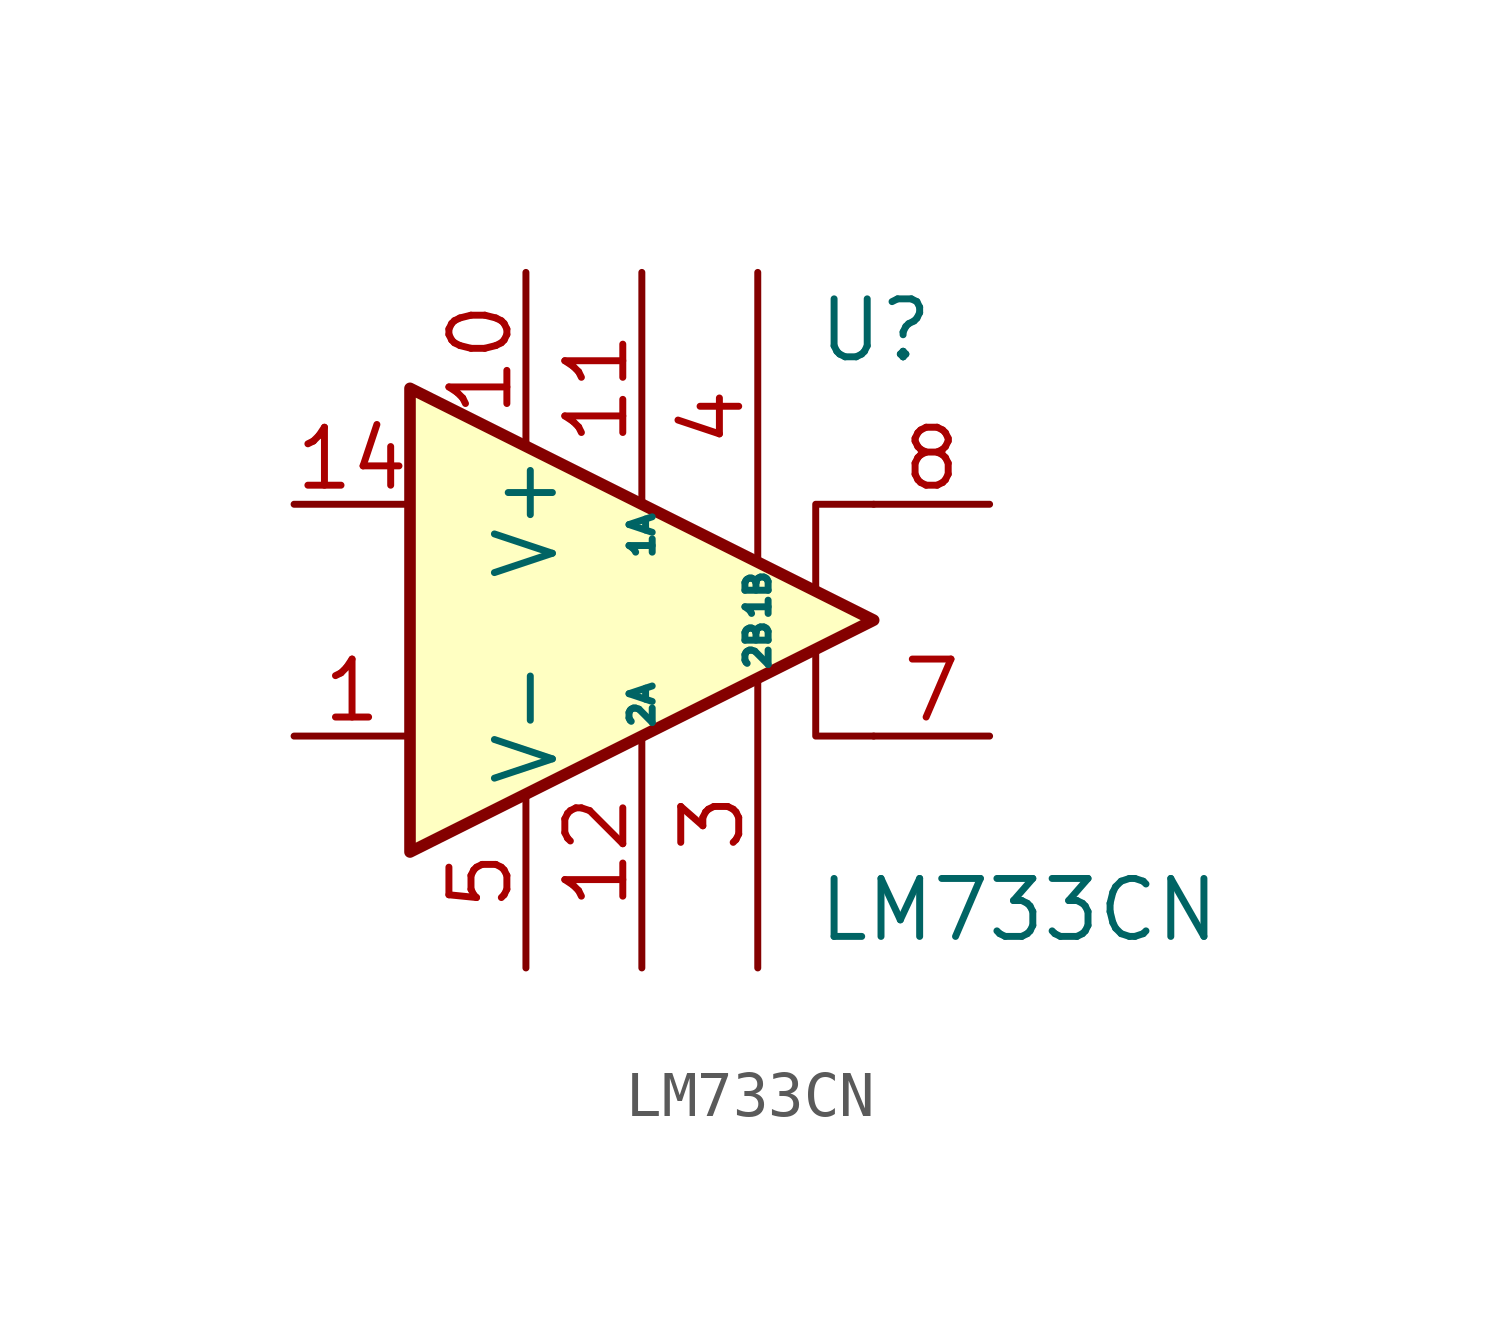
<source format=kicad_sym>
(kicad_symbol_lib
  (version 20211014)
  (generator kicad_symbol_editor)
  (symbol "LM733CN"
    (pin_names
      (offset 0.127))
    (property "Reference" "U"
      (at 3.81 6.35 0)
      (effects (font (size 1.27 1.27)) (justify left)))
    (property "Value" "LM733CN"
      (at 3.81 -6.35 0)
      (effects (font (size 1.27 1.27)) (justify left)))
    (symbol "LM733CN_0_1"
      (polyline (pts (xy 5.08 -2.54) (xy 3.81 -2.54) (xy 3.81 -0.635)) (stroke (width 0) (type default) (color 0 0 0 0)) (fill (type none)))
      (polyline (pts (xy 5.08 2.54) (xy 3.81 2.54) (xy 3.81 0.635)) (stroke (width 0) (type default) (color 0 0 0 0)) (fill (type none)))
      (polyline (pts (xy 5.08 0) (xy -5.08 5.08) (xy -5.08 -5.08) (xy 5.08 0)) (stroke (width 0.254) (type default) (color 0 0 0 0)) (fill (type background))))
    (symbol "LM733CN_1_1"
      (pin input line (at -7.62 -2.54 0) (length 2.54) (name "~" (effects (font (size 1.27 1.27)))) (number "1" (effects (font (size 1.27 1.27)))))
      (pin power_in line (at -2.54 7.62 270) (length 3.81) (name "V+" (effects (font (size 1.27 1.27)))) (number "10" (effects (font (size 1.27 1.27)))))
      (pin passive line (at 0 7.62 270) (length 5.08) (name "1A" (effects (font (size 0.508 0.508)))) (number "11" (effects (font (size 1.27 1.27)))))
      (pin passive line (at 0 -7.62 90) (length 5.08) (name "2A" (effects (font (size 0.508 0.508)))) (number "12" (effects (font (size 1.27 1.27)))))
      (pin no_connect line (at -2.54 -2.54 90) (length 2.54) hide (name "NC" (effects (font (size 1.27 1.27)))) (number "13" (effects (font (size 1.27 1.27)))))
      (pin input line (at -7.62 2.54 0) (length 2.54) (name "~" (effects (font (size 1.27 1.27)))) (number "14" (effects (font (size 1.27 1.27)))))
      (pin no_connect line (at 2.54 2.54 270) (length 2.54) hide (name "NC" (effects (font (size 1.27 1.27)))) (number "2" (effects (font (size 1.27 1.27)))))
      (pin passive line (at 2.54 -7.62 90) (length 6.35) (name "2B" (effects (font (size 0.508 0.508)))) (number "3" (effects (font (size 1.27 1.27)))))
      (pin passive line (at 2.54 7.62 270) (length 6.35) (name "1B" (effects (font (size 0.508 0.508)))) (number "4" (effects (font (size 1.27 1.27)))))
      (pin power_in line (at -2.54 -7.62 90) (length 3.81) (name "V-" (effects (font (size 1.27 1.27)))) (number "5" (effects (font (size 1.27 1.27)))))
      (pin no_connect line (at 0 2.54 270) (length 2.54) hide (name "NC" (effects (font (size 1.27 1.27)))) (number "6" (effects (font (size 1.27 1.27)))))
      (pin output line (at 7.62 -2.54 180) (length 2.54) (name "~" (effects (font (size 1.27 1.27)))) (number "7" (effects (font (size 1.27 1.27)))))
      (pin output line (at 7.62 2.54 180) (length 2.54) (name "~" (effects (font (size 1.27 1.27)))) (number "8" (effects (font (size 1.27 1.27)))))
      (pin no_connect line (at 0 -2.54 90) (length 2.54) hide (name "NC" (effects (font (size 1.27 1.27)))) (number "9" (effects (font (size 1.27 1.27))))))))
</source>
